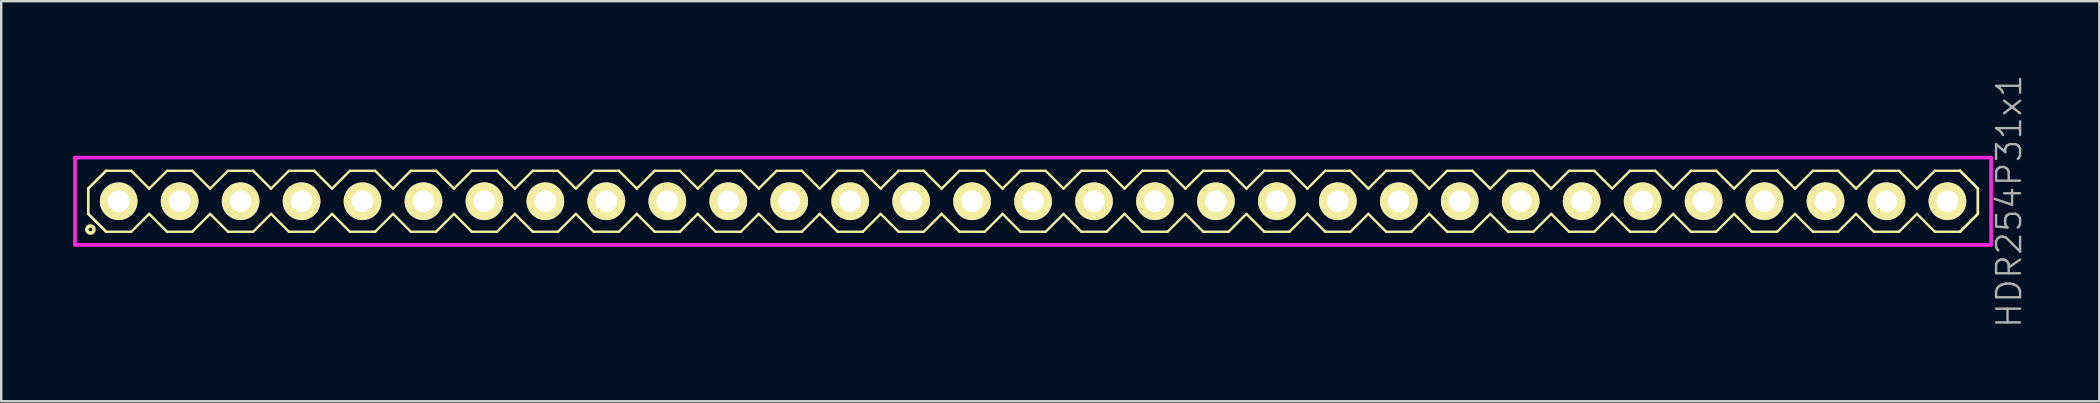
<source format=kicad_pcb>
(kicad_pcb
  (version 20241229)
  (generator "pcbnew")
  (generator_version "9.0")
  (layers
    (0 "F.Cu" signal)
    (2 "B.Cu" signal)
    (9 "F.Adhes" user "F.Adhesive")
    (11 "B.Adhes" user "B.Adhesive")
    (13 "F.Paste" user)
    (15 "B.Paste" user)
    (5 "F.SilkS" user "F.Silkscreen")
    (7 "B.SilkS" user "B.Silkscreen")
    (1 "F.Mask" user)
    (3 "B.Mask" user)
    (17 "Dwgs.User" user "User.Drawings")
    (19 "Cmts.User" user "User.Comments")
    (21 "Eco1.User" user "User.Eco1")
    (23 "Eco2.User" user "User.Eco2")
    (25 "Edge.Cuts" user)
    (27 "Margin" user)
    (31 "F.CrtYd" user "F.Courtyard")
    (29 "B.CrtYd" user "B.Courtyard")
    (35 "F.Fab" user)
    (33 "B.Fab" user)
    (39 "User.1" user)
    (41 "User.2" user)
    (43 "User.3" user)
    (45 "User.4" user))
  (footprint "HDR254P31x1"
    (layer "F.Cu")
    (at 39.995 5.336)
    (property "Reference" "HDR254P31x1" (at 40.67 0 90) (layer "F.Fab") (effects (font (size 1 1) (thickness 0.1))))
    (attr through_hole)
    (fp_line (start -39.37 -0.526) (end -38.626 -1.27) (stroke (width 0.1) (type solid)) (layer "F.SilkS"))
    (fp_line (start -39.37 -0.526) (end -38.626 -1.27) (stroke (width 0.1) (type solid)) (layer "F.SilkS"))
    (fp_line (start -39.37 0.526) (end -39.37 -0.526) (stroke (width 0.1) (type solid)) (layer "F.SilkS"))
    (fp_line (start -39.37 0.526) (end -39.37 -0.526) (stroke (width 0.1) (type solid)) (layer "F.SilkS"))
    (fp_line (start -38.626 -1.27) (end -37.574 -1.27) (stroke (width 0.1) (type solid)) (layer "F.SilkS"))
    (fp_line (start -38.626 1.27) (end -39.37 0.526) (stroke (width 0.1) (type solid)) (layer "F.SilkS"))
    (fp_line (start -38.626 1.27) (end -39.37 0.526) (stroke (width 0.1) (type solid)) (layer "F.SilkS"))
    (fp_line (start -37.574 -1.27) (end -36.83 -0.526) (stroke (width 0.1) (type solid)) (layer "F.SilkS"))
    (fp_line (start -37.574 1.27) (end -38.626 1.27) (stroke (width 0.1) (type solid)) (layer "F.SilkS"))
    (fp_line (start -36.83 -0.526) (end -36.086 -1.27) (stroke (width 0.1) (type solid)) (layer "F.SilkS"))
    (fp_line (start -36.83 0.526) (end -37.574 1.27) (stroke (width 0.1) (type solid)) (layer "F.SilkS"))
    (fp_line (start -36.086 -1.27) (end -35.034 -1.27) (stroke (width 0.1) (type solid)) (layer "F.SilkS"))
    (fp_line (start -36.086 1.27) (end -36.83 0.526) (stroke (width 0.1) (type solid)) (layer "F.SilkS"))
    (fp_line (start -35.034 -1.27) (end -34.29 -0.526) (stroke (width 0.1) (type solid)) (layer "F.SilkS"))
    (fp_line (start -35.034 1.27) (end -36.086 1.27) (stroke (width 0.1) (type solid)) (layer "F.SilkS"))
    (fp_line (start -34.29 -0.526) (end -33.546 -1.27) (stroke (width 0.1) (type solid)) (layer "F.SilkS"))
    (fp_line (start -34.29 0.526) (end -35.034 1.27) (stroke (width 0.1) (type solid)) (layer "F.SilkS"))
    (fp_line (start -33.546 -1.27) (end -32.494 -1.27) (stroke (width 0.1) (type solid)) (layer "F.SilkS"))
    (fp_line (start -33.546 1.27) (end -34.29 0.526) (stroke (width 0.1) (type solid)) (layer "F.SilkS"))
    (fp_line (start -32.494 -1.27) (end -31.75 -0.526) (stroke (width 0.1) (type solid)) (layer "F.SilkS"))
    (fp_line (start -32.494 1.27) (end -33.546 1.27) (stroke (width 0.1) (type solid)) (layer "F.SilkS"))
    (fp_line (start -31.75 -0.526) (end -31.006 -1.27) (stroke (width 0.1) (type solid)) (layer "F.SilkS"))
    (fp_line (start -31.75 0.526) (end -32.494 1.27) (stroke (width 0.1) (type solid)) (layer "F.SilkS"))
    (fp_line (start -31.006 -1.27) (end -29.954 -1.27) (stroke (width 0.1) (type solid)) (layer "F.SilkS"))
    (fp_line (start -31.006 1.27) (end -31.75 0.526) (stroke (width 0.1) (type solid)) (layer "F.SilkS"))
    (fp_line (start -29.954 -1.27) (end -29.21 -0.526) (stroke (width 0.1) (type solid)) (layer "F.SilkS"))
    (fp_line (start -29.954 1.27) (end -31.006 1.27) (stroke (width 0.1) (type solid)) (layer "F.SilkS"))
    (fp_line (start -29.21 -0.526) (end -28.466 -1.27) (stroke (width 0.1) (type solid)) (layer "F.SilkS"))
    (fp_line (start -29.21 0.526) (end -29.954 1.27) (stroke (width 0.1) (type solid)) (layer "F.SilkS"))
    (fp_line (start -28.466 -1.27) (end -27.414 -1.27) (stroke (width 0.1) (type solid)) (layer "F.SilkS"))
    (fp_line (start -28.466 1.27) (end -29.21 0.526) (stroke (width 0.1) (type solid)) (layer "F.SilkS"))
    (fp_line (start -27.414 -1.27) (end -26.67 -0.526) (stroke (width 0.1) (type solid)) (layer "F.SilkS"))
    (fp_line (start -27.414 1.27) (end -28.466 1.27) (stroke (width 0.1) (type solid)) (layer "F.SilkS"))
    (fp_line (start -26.67 -0.526) (end -25.926 -1.27) (stroke (width 0.1) (type solid)) (layer "F.SilkS"))
    (fp_line (start -26.67 0.526) (end -27.414 1.27) (stroke (width 0.1) (type solid)) (layer "F.SilkS"))
    (fp_line (start -25.926 -1.27) (end -24.874 -1.27) (stroke (width 0.1) (type solid)) (layer "F.SilkS"))
    (fp_line (start -25.926 1.27) (end -26.67 0.526) (stroke (width 0.1) (type solid)) (layer "F.SilkS"))
    (fp_line (start -24.874 -1.27) (end -24.13 -0.526) (stroke (width 0.1) (type solid)) (layer "F.SilkS"))
    (fp_line (start -24.874 1.27) (end -25.926 1.27) (stroke (width 0.1) (type solid)) (layer "F.SilkS"))
    (fp_line (start -24.13 -0.526) (end -23.386 -1.27) (stroke (width 0.1) (type solid)) (layer "F.SilkS"))
    (fp_line (start -24.13 0.526) (end -24.874 1.27) (stroke (width 0.1) (type solid)) (layer "F.SilkS"))
    (fp_line (start -23.386 -1.27) (end -22.334 -1.27) (stroke (width 0.1) (type solid)) (layer "F.SilkS"))
    (fp_line (start -23.386 1.27) (end -24.13 0.526) (stroke (width 0.1) (type solid)) (layer "F.SilkS"))
    (fp_line (start -22.334 -1.27) (end -21.59 -0.526) (stroke (width 0.1) (type solid)) (layer "F.SilkS"))
    (fp_line (start -22.334 1.27) (end -23.386 1.27) (stroke (width 0.1) (type solid)) (layer "F.SilkS"))
    (fp_line (start -21.59 -0.526) (end -20.846 -1.27) (stroke (width 0.1) (type solid)) (layer "F.SilkS"))
    (fp_line (start -21.59 0.526) (end -22.334 1.27) (stroke (width 0.1) (type solid)) (layer "F.SilkS"))
    (fp_line (start -20.846 -1.27) (end -19.794 -1.27) (stroke (width 0.1) (type solid)) (layer "F.SilkS"))
    (fp_line (start -20.846 1.27) (end -21.59 0.526) (stroke (width 0.1) (type solid)) (layer "F.SilkS"))
    (fp_line (start -19.794 -1.27) (end -19.05 -0.526) (stroke (width 0.1) (type solid)) (layer "F.SilkS"))
    (fp_line (start -19.794 1.27) (end -20.846 1.27) (stroke (width 0.1) (type solid)) (layer "F.SilkS"))
    (fp_line (start -19.05 -0.526) (end -18.306 -1.27) (stroke (width 0.1) (type solid)) (layer "F.SilkS"))
    (fp_line (start -19.05 0.526) (end -19.794 1.27) (stroke (width 0.1) (type solid)) (layer "F.SilkS"))
    (fp_line (start -18.306 -1.27) (end -17.254 -1.27) (stroke (width 0.1) (type solid)) (layer "F.SilkS"))
    (fp_line (start -18.306 1.27) (end -19.05 0.526) (stroke (width 0.1) (type solid)) (layer "F.SilkS"))
    (fp_line (start -17.254 -1.27) (end -16.51 -0.526) (stroke (width 0.1) (type solid)) (layer "F.SilkS"))
    (fp_line (start -17.254 1.27) (end -18.306 1.27) (stroke (width 0.1) (type solid)) (layer "F.SilkS"))
    (fp_line (start -16.51 -0.526) (end -15.766 -1.27) (stroke (width 0.1) (type solid)) (layer "F.SilkS"))
    (fp_line (start -16.51 0.526) (end -17.254 1.27) (stroke (width 0.1) (type solid)) (layer "F.SilkS"))
    (fp_line (start -15.766 -1.27) (end -14.714 -1.27) (stroke (width 0.1) (type solid)) (layer "F.SilkS"))
    (fp_line (start -15.766 1.27) (end -16.51 0.526) (stroke (width 0.1) (type solid)) (layer "F.SilkS"))
    (fp_line (start -14.714 -1.27) (end -13.97 -0.526) (stroke (width 0.1) (type solid)) (layer "F.SilkS"))
    (fp_line (start -14.714 1.27) (end -15.766 1.27) (stroke (width 0.1) (type solid)) (layer "F.SilkS"))
    (fp_line (start -13.97 -0.526) (end -13.226 -1.27) (stroke (width 0.1) (type solid)) (layer "F.SilkS"))
    (fp_line (start -13.97 0.526) (end -14.714 1.27) (stroke (width 0.1) (type solid)) (layer "F.SilkS"))
    (fp_line (start -13.226 -1.27) (end -12.174 -1.27) (stroke (width 0.1) (type solid)) (layer "F.SilkS"))
    (fp_line (start -13.226 1.27) (end -13.97 0.526) (stroke (width 0.1) (type solid)) (layer "F.SilkS"))
    (fp_line (start -12.174 -1.27) (end -11.43 -0.526) (stroke (width 0.1) (type solid)) (layer "F.SilkS"))
    (fp_line (start -12.174 1.27) (end -13.226 1.27) (stroke (width 0.1) (type solid)) (layer "F.SilkS"))
    (fp_line (start -11.43 -0.526) (end -10.686 -1.27) (stroke (width 0.1) (type solid)) (layer "F.SilkS"))
    (fp_line (start -11.43 0.526) (end -12.174 1.27) (stroke (width 0.1) (type solid)) (layer "F.SilkS"))
    (fp_line (start -10.686 -1.27) (end -9.634 -1.27) (stroke (width 0.1) (type solid)) (layer "F.SilkS"))
    (fp_line (start -10.686 1.27) (end -11.43 0.526) (stroke (width 0.1) (type solid)) (layer "F.SilkS"))
    (fp_line (start -9.634 -1.27) (end -8.89 -0.526) (stroke (width 0.1) (type solid)) (layer "F.SilkS"))
    (fp_line (start -9.634 1.27) (end -10.686 1.27) (stroke (width 0.1) (type solid)) (layer "F.SilkS"))
    (fp_line (start -8.89 -0.526) (end -8.146 -1.27) (stroke (width 0.1) (type solid)) (layer "F.SilkS"))
    (fp_line (start -8.89 0.526) (end -9.634 1.27) (stroke (width 0.1) (type solid)) (layer "F.SilkS"))
    (fp_line (start -8.146 -1.27) (end -7.094 -1.27) (stroke (width 0.1) (type solid)) (layer "F.SilkS"))
    (fp_line (start -8.146 1.27) (end -8.89 0.526) (stroke (width 0.1) (type solid)) (layer "F.SilkS"))
    (fp_line (start -7.094 -1.27) (end -6.35 -0.526) (stroke (width 0.1) (type solid)) (layer "F.SilkS"))
    (fp_line (start -7.094 1.27) (end -8.146 1.27) (stroke (width 0.1) (type solid)) (layer "F.SilkS"))
    (fp_line (start -6.35 -0.526) (end -5.606 -1.27) (stroke (width 0.1) (type solid)) (layer "F.SilkS"))
    (fp_line (start -6.35 0.526) (end -7.094 1.27) (stroke (width 0.1) (type solid)) (layer "F.SilkS"))
    (fp_line (start -5.606 -1.27) (end -4.554 -1.27) (stroke (width 0.1) (type solid)) (layer "F.SilkS"))
    (fp_line (start -5.606 1.27) (end -6.35 0.526) (stroke (width 0.1) (type solid)) (layer "F.SilkS"))
    (fp_line (start -4.554 -1.27) (end -3.81 -0.526) (stroke (width 0.1) (type solid)) (layer "F.SilkS"))
    (fp_line (start -4.554 1.27) (end -5.606 1.27) (stroke (width 0.1) (type solid)) (layer "F.SilkS"))
    (fp_line (start -3.81 -0.526) (end -3.066 -1.27) (stroke (width 0.1) (type solid)) (layer "F.SilkS"))
    (fp_line (start -3.81 0.526) (end -4.554 1.27) (stroke (width 0.1) (type solid)) (layer "F.SilkS"))
    (fp_line (start -3.066 -1.27) (end -2.014 -1.27) (stroke (width 0.1) (type solid)) (layer "F.SilkS"))
    (fp_line (start -3.066 1.27) (end -3.81 0.526) (stroke (width 0.1) (type solid)) (layer "F.SilkS"))
    (fp_line (start -2.014 -1.27) (end -1.27 -0.526) (stroke (width 0.1) (type solid)) (layer "F.SilkS"))
    (fp_line (start -2.014 1.27) (end -3.066 1.27) (stroke (width 0.1) (type solid)) (layer "F.SilkS"))
    (fp_line (start -1.27 -0.526) (end -0.526 -1.27) (stroke (width 0.1) (type solid)) (layer "F.SilkS"))
    (fp_line (start -1.27 0.526) (end -2.014 1.27) (stroke (width 0.1) (type solid)) (layer "F.SilkS"))
    (fp_line (start -0.526 -1.27) (end 0.526 -1.27) (stroke (width 0.1) (type solid)) (layer "F.SilkS"))
    (fp_line (start -0.526 1.27) (end -1.27 0.526) (stroke (width 0.1) (type solid)) (layer "F.SilkS"))
    (fp_line (start 0.526 -1.27) (end 1.27 -0.526) (stroke (width 0.1) (type solid)) (layer "F.SilkS"))
    (fp_line (start 0.526 1.27) (end -0.526 1.27) (stroke (width 0.1) (type solid)) (layer "F.SilkS"))
    (fp_line (start 1.27 -0.526) (end 2.014 -1.27) (stroke (width 0.1) (type solid)) (layer "F.SilkS"))
    (fp_line (start 1.27 0.526) (end 0.526 1.27) (stroke (width 0.1) (type solid)) (layer "F.SilkS"))
    (fp_line (start 2.014 -1.27) (end 3.066 -1.27) (stroke (width 0.1) (type solid)) (layer "F.SilkS"))
    (fp_line (start 2.014 1.27) (end 1.27 0.526) (stroke (width 0.1) (type solid)) (layer "F.SilkS"))
    (fp_line (start 3.066 -1.27) (end 3.81 -0.526) (stroke (width 0.1) (type solid)) (layer "F.SilkS"))
    (fp_line (start 3.066 1.27) (end 2.014 1.27) (stroke (width 0.1) (type solid)) (layer "F.SilkS"))
    (fp_line (start 3.81 -0.526) (end 4.554 -1.27) (stroke (width 0.1) (type solid)) (layer "F.SilkS"))
    (fp_line (start 3.81 0.526) (end 3.066 1.27) (stroke (width 0.1) (type solid)) (layer "F.SilkS"))
    (fp_line (start 4.554 -1.27) (end 5.606 -1.27) (stroke (width 0.1) (type solid)) (layer "F.SilkS"))
    (fp_line (start 4.554 1.27) (end 3.81 0.526) (stroke (width 0.1) (type solid)) (layer "F.SilkS"))
    (fp_line (start 5.606 -1.27) (end 6.35 -0.526) (stroke (width 0.1) (type solid)) (layer "F.SilkS"))
    (fp_line (start 5.606 1.27) (end 4.554 1.27) (stroke (width 0.1) (type solid)) (layer "F.SilkS"))
    (fp_line (start 6.35 -0.526) (end 7.094 -1.27) (stroke (width 0.1) (type solid)) (layer "F.SilkS"))
    (fp_line (start 6.35 0.526) (end 5.606 1.27) (stroke (width 0.1) (type solid)) (layer "F.SilkS"))
    (fp_line (start 7.094 -1.27) (end 8.146 -1.27) (stroke (width 0.1) (type solid)) (layer "F.SilkS"))
    (fp_line (start 7.094 1.27) (end 6.35 0.526) (stroke (width 0.1) (type solid)) (layer "F.SilkS"))
    (fp_line (start 8.146 -1.27) (end 8.89 -0.526) (stroke (width 0.1) (type solid)) (layer "F.SilkS"))
    (fp_line (start 8.146 1.27) (end 7.094 1.27) (stroke (width 0.1) (type solid)) (layer "F.SilkS"))
    (fp_line (start 8.89 -0.526) (end 9.634 -1.27) (stroke (width 0.1) (type solid)) (layer "F.SilkS"))
    (fp_line (start 8.89 0.526) (end 8.146 1.27) (stroke (width 0.1) (type solid)) (layer "F.SilkS"))
    (fp_line (start 9.634 -1.27) (end 10.686 -1.27) (stroke (width 0.1) (type solid)) (layer "F.SilkS"))
    (fp_line (start 9.634 1.27) (end 8.89 0.526) (stroke (width 0.1) (type solid)) (layer "F.SilkS"))
    (fp_line (start 10.686 -1.27) (end 11.43 -0.526) (stroke (width 0.1) (type solid)) (layer "F.SilkS"))
    (fp_line (start 10.686 1.27) (end 9.634 1.27) (stroke (width 0.1) (type solid)) (layer "F.SilkS"))
    (fp_line (start 11.43 -0.526) (end 12.174 -1.27) (stroke (width 0.1) (type solid)) (layer "F.SilkS"))
    (fp_line (start 11.43 0.526) (end 10.686 1.27) (stroke (width 0.1) (type solid)) (layer "F.SilkS"))
    (fp_line (start 12.174 -1.27) (end 13.226 -1.27) (stroke (width 0.1) (type solid)) (layer "F.SilkS"))
    (fp_line (start 12.174 1.27) (end 11.43 0.526) (stroke (width 0.1) (type solid)) (layer "F.SilkS"))
    (fp_line (start 13.226 -1.27) (end 13.97 -0.526) (stroke (width 0.1) (type solid)) (layer "F.SilkS"))
    (fp_line (start 13.226 1.27) (end 12.174 1.27) (stroke (width 0.1) (type solid)) (layer "F.SilkS"))
    (fp_line (start 13.97 -0.526) (end 14.714 -1.27) (stroke (width 0.1) (type solid)) (layer "F.SilkS"))
    (fp_line (start 13.97 0.526) (end 13.226 1.27) (stroke (width 0.1) (type solid)) (layer "F.SilkS"))
    (fp_line (start 14.714 -1.27) (end 15.766 -1.27) (stroke (width 0.1) (type solid)) (layer "F.SilkS"))
    (fp_line (start 14.714 1.27) (end 13.97 0.526) (stroke (width 0.1) (type solid)) (layer "F.SilkS"))
    (fp_line (start 15.766 -1.27) (end 16.51 -0.526) (stroke (width 0.1) (type solid)) (layer "F.SilkS"))
    (fp_line (start 15.766 1.27) (end 14.714 1.27) (stroke (width 0.1) (type solid)) (layer "F.SilkS"))
    (fp_line (start 16.51 -0.526) (end 17.254 -1.27) (stroke (width 0.1) (type solid)) (layer "F.SilkS"))
    (fp_line (start 16.51 0.526) (end 15.766 1.27) (stroke (width 0.1) (type solid)) (layer "F.SilkS"))
    (fp_line (start 17.254 -1.27) (end 18.306 -1.27) (stroke (width 0.1) (type solid)) (layer "F.SilkS"))
    (fp_line (start 17.254 1.27) (end 16.51 0.526) (stroke (width 0.1) (type solid)) (layer "F.SilkS"))
    (fp_line (start 18.306 -1.27) (end 19.05 -0.526) (stroke (width 0.1) (type solid)) (layer "F.SilkS"))
    (fp_line (start 18.306 1.27) (end 17.254 1.27) (stroke (width 0.1) (type solid)) (layer "F.SilkS"))
    (fp_line (start 19.05 -0.526) (end 19.794 -1.27) (stroke (width 0.1) (type solid)) (layer "F.SilkS"))
    (fp_line (start 19.05 0.526) (end 18.306 1.27) (stroke (width 0.1) (type solid)) (layer "F.SilkS"))
    (fp_line (start 19.794 -1.27) (end 20.846 -1.27) (stroke (width 0.1) (type solid)) (layer "F.SilkS"))
    (fp_line (start 19.794 1.27) (end 19.05 0.526) (stroke (width 0.1) (type solid)) (layer "F.SilkS"))
    (fp_line (start 20.846 -1.27) (end 21.59 -0.526) (stroke (width 0.1) (type solid)) (layer "F.SilkS"))
    (fp_line (start 20.846 1.27) (end 19.794 1.27) (stroke (width 0.1) (type solid)) (layer "F.SilkS"))
    (fp_line (start 21.59 -0.526) (end 22.334 -1.27) (stroke (width 0.1) (type solid)) (layer "F.SilkS"))
    (fp_line (start 21.59 0.526) (end 20.846 1.27) (stroke (width 0.1) (type solid)) (layer "F.SilkS"))
    (fp_line (start 22.334 -1.27) (end 23.386 -1.27) (stroke (width 0.1) (type solid)) (layer "F.SilkS"))
    (fp_line (start 22.334 1.27) (end 21.59 0.526) (stroke (width 0.1) (type solid)) (layer "F.SilkS"))
    (fp_line (start 23.386 -1.27) (end 24.13 -0.526) (stroke (width 0.1) (type solid)) (layer "F.SilkS"))
    (fp_line (start 23.386 1.27) (end 22.334 1.27) (stroke (width 0.1) (type solid)) (layer "F.SilkS"))
    (fp_line (start 24.13 -0.526) (end 24.874 -1.27) (stroke (width 0.1) (type solid)) (layer "F.SilkS"))
    (fp_line (start 24.13 0.526) (end 23.386 1.27) (stroke (width 0.1) (type solid)) (layer "F.SilkS"))
    (fp_line (start 24.874 -1.27) (end 25.926 -1.27) (stroke (width 0.1) (type solid)) (layer "F.SilkS"))
    (fp_line (start 24.874 1.27) (end 24.13 0.526) (stroke (width 0.1) (type solid)) (layer "F.SilkS"))
    (fp_line (start 25.926 -1.27) (end 26.67 -0.526) (stroke (width 0.1) (type solid)) (layer "F.SilkS"))
    (fp_line (start 25.926 1.27) (end 24.874 1.27) (stroke (width 0.1) (type solid)) (layer "F.SilkS"))
    (fp_line (start 26.67 -0.526) (end 27.414 -1.27) (stroke (width 0.1) (type solid)) (layer "F.SilkS"))
    (fp_line (start 26.67 0.526) (end 25.926 1.27) (stroke (width 0.1) (type solid)) (layer "F.SilkS"))
    (fp_line (start 27.414 -1.27) (end 28.466 -1.27) (stroke (width 0.1) (type solid)) (layer "F.SilkS"))
    (fp_line (start 27.414 1.27) (end 26.67 0.526) (stroke (width 0.1) (type solid)) (layer "F.SilkS"))
    (fp_line (start 28.466 -1.27) (end 29.21 -0.526) (stroke (width 0.1) (type solid)) (layer "F.SilkS"))
    (fp_line (start 28.466 1.27) (end 27.414 1.27) (stroke (width 0.1) (type solid)) (layer "F.SilkS"))
    (fp_line (start 29.21 -0.526) (end 29.954 -1.27) (stroke (width 0.1) (type solid)) (layer "F.SilkS"))
    (fp_line (start 29.21 0.526) (end 28.466 1.27) (stroke (width 0.1) (type solid)) (layer "F.SilkS"))
    (fp_line (start 29.954 -1.27) (end 31.006 -1.27) (stroke (width 0.1) (type solid)) (layer "F.SilkS"))
    (fp_line (start 29.954 1.27) (end 29.21 0.526) (stroke (width 0.1) (type solid)) (layer "F.SilkS"))
    (fp_line (start 31.006 -1.27) (end 31.75 -0.526) (stroke (width 0.1) (type solid)) (layer "F.SilkS"))
    (fp_line (start 31.006 1.27) (end 29.954 1.27) (stroke (width 0.1) (type solid)) (layer "F.SilkS"))
    (fp_line (start 31.75 -0.526) (end 32.494 -1.27) (stroke (width 0.1) (type solid)) (layer "F.SilkS"))
    (fp_line (start 31.75 0.526) (end 31.006 1.27) (stroke (width 0.1) (type solid)) (layer "F.SilkS"))
    (fp_line (start 32.494 -1.27) (end 33.546 -1.27) (stroke (width 0.1) (type solid)) (layer "F.SilkS"))
    (fp_line (start 32.494 1.27) (end 31.75 0.526) (stroke (width 0.1) (type solid)) (layer "F.SilkS"))
    (fp_line (start 33.546 -1.27) (end 34.29 -0.526) (stroke (width 0.1) (type solid)) (layer "F.SilkS"))
    (fp_line (start 33.546 1.27) (end 32.494 1.27) (stroke (width 0.1) (type solid)) (layer "F.SilkS"))
    (fp_line (start 34.29 -0.526) (end 35.034 -1.27) (stroke (width 0.1) (type solid)) (layer "F.SilkS"))
    (fp_line (start 34.29 0.526) (end 33.546 1.27) (stroke (width 0.1) (type solid)) (layer "F.SilkS"))
    (fp_line (start 35.034 -1.27) (end 36.086 -1.27) (stroke (width 0.1) (type solid)) (layer "F.SilkS"))
    (fp_line (start 35.034 1.27) (end 34.29 0.526) (stroke (width 0.1) (type solid)) (layer "F.SilkS"))
    (fp_line (start 36.086 -1.27) (end 36.83 -0.526) (stroke (width 0.1) (type solid)) (layer "F.SilkS"))
    (fp_line (start 36.086 1.27) (end 35.034 1.27) (stroke (width 0.1) (type solid)) (layer "F.SilkS"))
    (fp_line (start 36.83 -0.526) (end 37.574 -1.27) (stroke (width 0.1) (type solid)) (layer "F.SilkS"))
    (fp_line (start 36.83 0.526) (end 36.086 1.27) (stroke (width 0.1) (type solid)) (layer "F.SilkS"))
    (fp_line (start 37.574 -1.27) (end 38.626 -1.27) (stroke (width 0.1) (type solid)) (layer "F.SilkS"))
    (fp_line (start 37.574 1.27) (end 36.83 0.526) (stroke (width 0.1) (type solid)) (layer "F.SilkS"))
    (fp_line (start 38.626 -1.27) (end 39.37 -0.526) (stroke (width 0.1) (type solid)) (layer "F.SilkS"))
    (fp_line (start 38.626 -1.27) (end 39.37 -0.526) (stroke (width 0.1) (type solid)) (layer "F.SilkS"))
    (fp_line (start 38.626 1.27) (end 37.574 1.27) (stroke (width 0.1) (type solid)) (layer "F.SilkS"))
    (fp_line (start 39.37 -0.526) (end 39.37 0.526) (stroke (width 0.1) (type solid)) (layer "F.SilkS"))
    (fp_line (start 39.37 -0.526) (end 39.37 0.526) (stroke (width 0.1) (type solid)) (layer "F.SilkS"))
    (fp_line (start 39.37 0.526) (end 38.626 1.27) (stroke (width 0.1) (type solid)) (layer "F.SilkS"))
    (fp_line (start 39.37 0.526) (end 38.626 1.27) (stroke (width 0.1) (type solid)) (layer "F.SilkS"))
    (fp_circle (center -39.277 1.178) (end -39.128 1.178) (stroke (width 0.15) (type solid)) (fill no) (layer "F.SilkS"))
    (fp_line (start -39.92 -1.82) (end -39.92 1.82) (stroke (width 0.15) (type solid)) (layer "F.CrtYd"))
    (fp_line (start -39.92 1.82) (end 39.92 1.82) (stroke (width 0.15) (type solid)) (layer "F.CrtYd"))
    (fp_line (start 39.92 -1.82) (end -39.92 -1.82) (stroke (width 0.15) (type solid)) (layer "F.CrtYd"))
    (fp_line (start 39.92 1.82) (end 39.92 -1.82) (stroke (width 0.15) (type solid)) (layer "F.CrtYd"))
    (pad "1" thru_hole oval (at -38.1 0) (size 1.57 1.57) (drill 0.9) (layers "*.Cu" "*.Mask" "F.SilkS"))
    (pad "2" thru_hole oval (at -35.56 0) (size 1.57 1.57) (drill 0.9) (layers "*.Cu" "*.Mask" "F.SilkS"))
    (pad "3" thru_hole oval (at -33.02 0) (size 1.57 1.57) (drill 0.9) (layers "*.Cu" "*.Mask" "F.SilkS"))
    (pad "4" thru_hole oval (at -30.48 0) (size 1.57 1.57) (drill 0.9) (layers "*.Cu" "*.Mask" "F.SilkS"))
    (pad "5" thru_hole oval (at -27.94 0) (size 1.57 1.57) (drill 0.9) (layers "*.Cu" "*.Mask" "F.SilkS"))
    (pad "6" thru_hole oval (at -25.4 0) (size 1.57 1.57) (drill 0.9) (layers "*.Cu" "*.Mask" "F.SilkS"))
    (pad "7" thru_hole oval (at -22.86 0) (size 1.57 1.57) (drill 0.9) (layers "*.Cu" "*.Mask" "F.SilkS"))
    (pad "8" thru_hole oval (at -20.32 0) (size 1.57 1.57) (drill 0.9) (layers "*.Cu" "*.Mask" "F.SilkS"))
    (pad "9" thru_hole oval (at -17.78 0) (size 1.57 1.57) (drill 0.9) (layers "*.Cu" "*.Mask" "F.SilkS"))
    (pad "10" thru_hole oval (at -15.24 0) (size 1.57 1.57) (drill 0.9) (layers "*.Cu" "*.Mask" "F.SilkS"))
    (pad "11" thru_hole oval (at -12.7 0) (size 1.57 1.57) (drill 0.9) (layers "*.Cu" "*.Mask" "F.SilkS"))
    (pad "12" thru_hole oval (at -10.16 0) (size 1.57 1.57) (drill 0.9) (layers "*.Cu" "*.Mask" "F.SilkS"))
    (pad "13" thru_hole oval (at -7.62 0) (size 1.57 1.57) (drill 0.9) (layers "*.Cu" "*.Mask" "F.SilkS"))
    (pad "14" thru_hole oval (at -5.08 0) (size 1.57 1.57) (drill 0.9) (layers "*.Cu" "*.Mask" "F.SilkS"))
    (pad "15" thru_hole oval (at -2.54 0) (size 1.57 1.57) (drill 0.9) (layers "*.Cu" "*.Mask" "F.SilkS"))
    (pad "16" thru_hole oval (at 0 0) (size 1.57 1.57) (drill 0.9) (layers "*.Cu" "*.Mask" "F.SilkS"))
    (pad "17" thru_hole oval (at 2.54 0) (size 1.57 1.57) (drill 0.9) (layers "*.Cu" "*.Mask" "F.SilkS"))
    (pad "18" thru_hole oval (at 5.08 0) (size 1.57 1.57) (drill 0.9) (layers "*.Cu" "*.Mask" "F.SilkS"))
    (pad "19" thru_hole oval (at 7.62 0) (size 1.57 1.57) (drill 0.9) (layers "*.Cu" "*.Mask" "F.SilkS"))
    (pad "20" thru_hole oval (at 10.16 0) (size 1.57 1.57) (drill 0.9) (layers "*.Cu" "*.Mask" "F.SilkS"))
    (pad "21" thru_hole oval (at 12.7 0) (size 1.57 1.57) (drill 0.9) (layers "*.Cu" "*.Mask" "F.SilkS"))
    (pad "22" thru_hole oval (at 15.24 0) (size 1.57 1.57) (drill 0.9) (layers "*.Cu" "*.Mask" "F.SilkS"))
    (pad "23" thru_hole oval (at 17.78 0) (size 1.57 1.57) (drill 0.9) (layers "*.Cu" "*.Mask" "F.SilkS"))
    (pad "24" thru_hole oval (at 20.32 0) (size 1.57 1.57) (drill 0.9) (layers "*.Cu" "*.Mask" "F.SilkS"))
    (pad "25" thru_hole oval (at 22.86 0) (size 1.57 1.57) (drill 0.9) (layers "*.Cu" "*.Mask" "F.SilkS"))
    (pad "26" thru_hole oval (at 25.4 0) (size 1.57 1.57) (drill 0.9) (layers "*.Cu" "*.Mask" "F.SilkS"))
    (pad "27" thru_hole oval (at 27.94 0) (size 1.57 1.57) (drill 0.9) (layers "*.Cu" "*.Mask" "F.SilkS"))
    (pad "28" thru_hole oval (at 30.48 0) (size 1.57 1.57) (drill 0.9) (layers "*.Cu" "*.Mask" "F.SilkS"))
    (pad "29" thru_hole oval (at 33.02 0) (size 1.57 1.57) (drill 0.9) (layers "*.Cu" "*.Mask" "F.SilkS"))
    (pad "30" thru_hole oval (at 35.56 0) (size 1.57 1.57) (drill 0.9) (layers "*.Cu" "*.Mask" "F.SilkS"))
    (pad "31" thru_hole oval (at 38.1 0) (size 1.57 1.57) (drill 0.9) (layers "*.Cu" "*.Mask" "F.SilkS")))
  (gr_rect
    (start -3 -3)
    (end 84.425 13.671)
    (stroke (width 0.1) (type default))
    (fill no)
    (layer "Edge.Cuts")))
</source>
